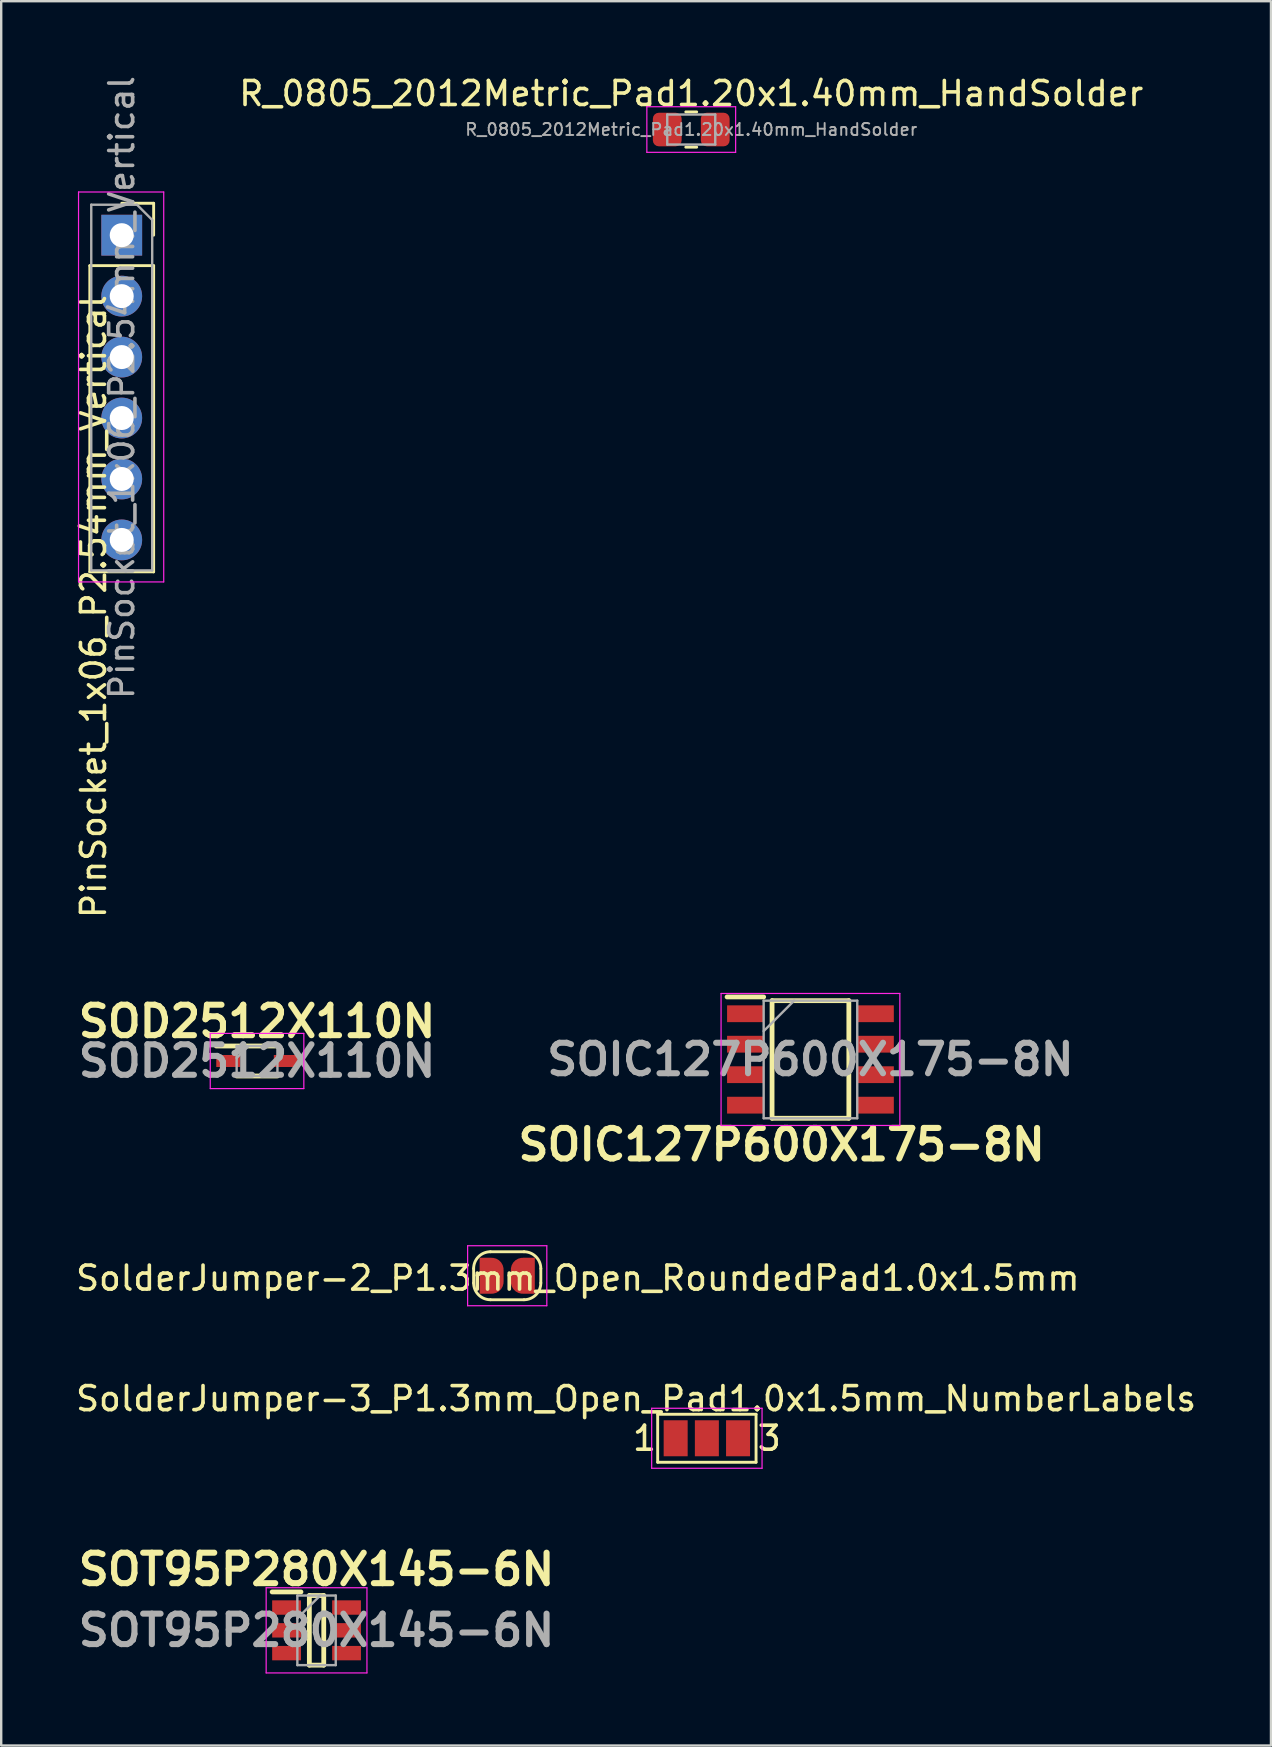
<source format=kicad_pcb>
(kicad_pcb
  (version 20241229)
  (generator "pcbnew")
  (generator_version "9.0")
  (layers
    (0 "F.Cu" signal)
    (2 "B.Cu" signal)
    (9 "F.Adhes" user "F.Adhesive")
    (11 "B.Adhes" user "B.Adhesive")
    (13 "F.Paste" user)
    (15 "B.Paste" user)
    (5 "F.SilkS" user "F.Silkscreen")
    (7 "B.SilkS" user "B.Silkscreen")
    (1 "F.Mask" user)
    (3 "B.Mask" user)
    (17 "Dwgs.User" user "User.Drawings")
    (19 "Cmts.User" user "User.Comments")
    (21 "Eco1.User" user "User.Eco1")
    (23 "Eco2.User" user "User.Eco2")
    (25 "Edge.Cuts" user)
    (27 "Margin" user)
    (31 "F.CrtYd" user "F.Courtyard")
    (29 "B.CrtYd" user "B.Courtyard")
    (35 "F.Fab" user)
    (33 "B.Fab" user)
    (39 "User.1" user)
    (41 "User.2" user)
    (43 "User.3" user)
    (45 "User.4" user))
  (footprint "PinSocket_1x06_P2.54mm_Vertical"
    (layer "F.Cu")
    (at 2.023 6.751)
    (property "Reference" "PinSocket_1x06_P2.54mm_Vertical" (at -1.175 15.475 90) (layer "F.SilkS") (effects (font (size 1 1) (thickness 0.15))))
    (attr through_hole)
    (fp_line (start -1.33 1.27) (end -1.33 14.03) (stroke (width 0.12) (type solid)) (layer "F.SilkS"))
    (fp_line (start -1.33 1.27) (end 1.33 1.27) (stroke (width 0.12) (type solid)) (layer "F.SilkS"))
    (fp_line (start -1.33 14.03) (end 1.33 14.03) (stroke (width 0.12) (type solid)) (layer "F.SilkS"))
    (fp_line (start 0 -1.33) (end 1.33 -1.33) (stroke (width 0.12) (type solid)) (layer "F.SilkS"))
    (fp_line (start 1.33 -1.33) (end 1.33 0) (stroke (width 0.12) (type solid)) (layer "F.SilkS"))
    (fp_line (start 1.33 1.27) (end 1.33 14.03) (stroke (width 0.12) (type solid)) (layer "F.SilkS"))
    (fp_line (start -1.8 -1.8) (end 1.75 -1.8) (stroke (width 0.05) (type solid)) (layer "F.CrtYd"))
    (fp_line (start -1.8 14.45) (end -1.8 -1.8) (stroke (width 0.05) (type solid)) (layer "F.CrtYd"))
    (fp_line (start 1.75 -1.8) (end 1.75 14.45) (stroke (width 0.05) (type solid)) (layer "F.CrtYd"))
    (fp_line (start 1.75 14.45) (end -1.8 14.45) (stroke (width 0.05) (type solid)) (layer "F.CrtYd"))
    (fp_line (start -1.27 -1.27) (end 0.635 -1.27) (stroke (width 0.1) (type solid)) (layer "F.Fab"))
    (fp_line (start -1.27 13.97) (end -1.27 -1.27) (stroke (width 0.1) (type solid)) (layer "F.Fab"))
    (fp_line (start 0.635 -1.27) (end 1.27 -0.635) (stroke (width 0.1) (type solid)) (layer "F.Fab"))
    (fp_line (start 1.27 -0.635) (end 1.27 13.97) (stroke (width 0.1) (type solid)) (layer "F.Fab"))
    (fp_line (start 1.27 13.97) (end -1.27 13.97) (stroke (width 0.1) (type solid)) (layer "F.Fab"))
    (fp_text user "${REFERENCE}" (at 0 6.35 270) (layer "F.Fab") (effects (font (size 1 1) (thickness 0.15))))
    (pad "1" thru_hole rect (at 0 0) (size 1.7 1.7) (drill 1) (layers "*.Cu" "*.Mask"))
    (pad "2" thru_hole oval (at 0 2.54) (size 1.7 1.7) (drill 1) (layers "*.Cu" "*.Mask"))
    (pad "3" thru_hole oval (at 0 5.08) (size 1.7 1.7) (drill 1) (layers "*.Cu" "*.Mask"))
    (pad "4" thru_hole oval (at 0 7.62) (size 1.7 1.7) (drill 1) (layers "*.Cu" "*.Mask"))
    (pad "5" thru_hole oval (at 0 10.16) (size 1.7 1.7) (drill 1) (layers "*.Cu" "*.Mask"))
    (pad "6" thru_hole oval (at 0 12.7) (size 1.7 1.7) (drill 1) (layers "*.Cu" "*.Mask")))
  (footprint "SOT95P280X145-6N"
    (layer "F.Cu")
    (at 10.142 64.893)
    (property "Reference" "SOT95P280X145-6N" (at 0 -2.54 0) (layer "F.SilkS") (effects (font (size 1.27 1.27) (thickness 0.254))))
    (attr smd)
    (fp_line (start -1.85 -1.6) (end -0.65 -1.6) (stroke (width 0.2) (type solid)) (layer "F.SilkS"))
    (fp_line (start -0.3 -1.45) (end 0.3 -1.45) (stroke (width 0.2) (type solid)) (layer "F.SilkS"))
    (fp_line (start -0.3 1.45) (end -0.3 -1.45) (stroke (width 0.2) (type solid)) (layer "F.SilkS"))
    (fp_line (start 0.3 -1.45) (end 0.3 1.45) (stroke (width 0.2) (type solid)) (layer "F.SilkS"))
    (fp_line (start 0.3 1.45) (end -0.3 1.45) (stroke (width 0.2) (type solid)) (layer "F.SilkS"))
    (fp_line (start -2.1 -1.775) (end 2.1 -1.775) (stroke (width 0.05) (type solid)) (layer "F.CrtYd"))
    (fp_line (start -2.1 1.775) (end -2.1 -1.775) (stroke (width 0.05) (type solid)) (layer "F.CrtYd"))
    (fp_line (start 2.1 -1.775) (end 2.1 1.775) (stroke (width 0.05) (type solid)) (layer "F.CrtYd"))
    (fp_line (start 2.1 1.775) (end -2.1 1.775) (stroke (width 0.05) (type solid)) (layer "F.CrtYd"))
    (fp_line (start -0.8 -1.45) (end 0.8 -1.45) (stroke (width 0.1) (type solid)) (layer "F.Fab"))
    (fp_line (start -0.8 -0.5) (end 0.15 -1.45) (stroke (width 0.1) (type solid)) (layer "F.Fab"))
    (fp_line (start -0.8 1.45) (end -0.8 -1.45) (stroke (width 0.1) (type solid)) (layer "F.Fab"))
    (fp_line (start 0.8 -1.45) (end 0.8 1.45) (stroke (width 0.1) (type solid)) (layer "F.Fab"))
    (fp_line (start 0.8 1.45) (end -0.8 1.45) (stroke (width 0.1) (type solid)) (layer "F.Fab"))
    (fp_text user "${REFERENCE}" (at 0 0 0) (layer "F.Fab") (effects (font (size 1.27 1.27) (thickness 0.254))))
    (pad "1" smd rect (at -1.25 -0.95 270) (size 0.6 1.2) (layers "F.Cu" "F.Mask" "F.Paste"))
    (pad "2" smd rect (at -1.25 0 270) (size 0.6 1.2) (layers "F.Cu" "F.Mask" "F.Paste"))
    (pad "3" smd rect (at -1.25 0.95 270) (size 0.6 1.2) (layers "F.Cu" "F.Mask" "F.Paste"))
    (pad "4" smd rect (at 1.25 0.95 270) (size 0.6 1.2) (layers "F.Cu" "F.Mask" "F.Paste"))
    (pad "5" smd rect (at 1.25 0 270) (size 0.6 1.2) (layers "F.Cu" "F.Mask" "F.Paste"))
    (pad "6" smd rect (at 1.25 -0.95 270) (size 0.6 1.2) (layers "F.Cu" "F.Mask" "F.Paste")))
  (footprint "SolderJumper-2_P1.3mm_Open_RoundedPad1.0x1.5mm"
    (layer "F.Cu")
    (at 18.088 50.116)
    (property "Reference" "SolderJumper-2_P1.3mm_Open_RoundedPad1.0x1.5mm" (at 2.942 0.1 0) (layer "F.SilkS") (effects (font (size 1 1) (thickness 0.15))))
    (attr exclude_from_pos_files)
    (fp_line (start -1.4 0.3) (end -1.4 -0.3) (stroke (width 0.12) (type solid)) (layer "F.SilkS"))
    (fp_line (start -0.7 -1) (end 0.7 -1) (stroke (width 0.12) (type solid)) (layer "F.SilkS"))
    (fp_line (start 0.7 1) (end -0.7 1) (stroke (width 0.12) (type solid)) (layer "F.SilkS"))
    (fp_line (start 1.4 -0.3) (end 1.4 0.3) (stroke (width 0.12) (type solid)) (layer "F.SilkS"))
    (fp_arc (start -1.4 -0.3) (mid -1.194975 -0.794975) (end -0.7 -1) (stroke (width 0.12) (type solid)) (layer "F.SilkS"))
    (fp_arc (start -0.7 1) (mid -1.194975 0.794975) (end -1.4 0.3) (stroke (width 0.12) (type solid)) (layer "F.SilkS"))
    (fp_arc (start 0.7 -1) (mid 1.194975 -0.794975) (end 1.4 -0.3) (stroke (width 0.12) (type solid)) (layer "F.SilkS"))
    (fp_arc (start 1.4 0.3) (mid 1.194975 0.794975) (end 0.7 1) (stroke (width 0.12) (type solid)) (layer "F.SilkS"))
    (fp_line (start -1.65 -1.25) (end -1.65 1.25) (stroke (width 0.05) (type solid)) (layer "F.CrtYd"))
    (fp_line (start -1.65 -1.25) (end 1.65 -1.25) (stroke (width 0.05) (type solid)) (layer "F.CrtYd"))
    (fp_line (start 1.65 1.25) (end -1.65 1.25) (stroke (width 0.05) (type solid)) (layer "F.CrtYd"))
    (fp_line (start 1.65 1.25) (end 1.65 -1.25) (stroke (width 0.05) (type solid)) (layer "F.CrtYd"))
    (pad "1" smd custom (at -0.65 0 180) (size 1 0.5) (layers "F.Cu" "F.Mask") (options (anchor rect)) (primitives (gr_circle (center 0 0.25) (end 0.5 0.25) (width 0) (fill yes)) (gr_circle (center 0 -0.25) (end 0.5 -0.25) (width 0) (fill yes)) (gr_poly (pts (xy 0.5 0.75) (xy 0 0.75) (xy 0 -0.75) (xy 0.5 -0.75)) (width 0) (fill yes))))
    (pad "2" smd custom (at 0.65 0 180) (size 1 0.5) (layers "F.Cu" "F.Mask") (options (anchor rect)) (primitives (gr_circle (center 0 0.25) (end 0.5 0.25) (width 0) (fill yes)) (gr_circle (center 0 -0.25) (end 0.5 -0.25) (width 0) (fill yes)) (gr_poly (pts (xy 0 0.75) (xy -0.5 0.75) (xy -0.5 -0.75) (xy 0 -0.75)) (width 0) (fill yes)))))
  (footprint "SOD2512X110N"
    (layer "F.Cu")
    (at 7.662 41.166)
    (property "Reference" "SOD2512X110N" (at 0 -1.65 0) (layer "F.SilkS") (effects (font (size 1.27 1.27) (thickness 0.254))))
    (attr smd)
    (fp_line (start -1.7 -0.625) (end 0.85 -0.625) (stroke (width 0.2) (type solid)) (layer "F.SilkS"))
    (fp_line (start -0.85 0.625) (end 0.85 0.625) (stroke (width 0.2) (type solid)) (layer "F.SilkS"))
    (fp_line (start -1.95 -1.15) (end 1.95 -1.15) (stroke (width 0.05) (type solid)) (layer "F.CrtYd"))
    (fp_line (start -1.95 1.15) (end -1.95 -1.15) (stroke (width 0.05) (type solid)) (layer "F.CrtYd"))
    (fp_line (start 1.95 -1.15) (end 1.95 1.15) (stroke (width 0.05) (type solid)) (layer "F.CrtYd"))
    (fp_line (start 1.95 1.15) (end -1.95 1.15) (stroke (width 0.05) (type solid)) (layer "F.CrtYd"))
    (fp_line (start -0.85 -0.625) (end 0.85 -0.625) (stroke (width 0.1) (type solid)) (layer "F.Fab"))
    (fp_line (start -0.85 -0.125) (end -0.35 -0.625) (stroke (width 0.1) (type solid)) (layer "F.Fab"))
    (fp_line (start -0.85 0.625) (end -0.85 -0.625) (stroke (width 0.1) (type solid)) (layer "F.Fab"))
    (fp_line (start 0.85 -0.625) (end 0.85 0.625) (stroke (width 0.1) (type solid)) (layer "F.Fab"))
    (fp_line (start 0.85 0.625) (end -0.85 0.625) (stroke (width 0.1) (type solid)) (layer "F.Fab"))
    (fp_text user "${REFERENCE}" (at 0 0 0) (layer "F.Fab") (effects (font (size 1.27 1.27) (thickness 0.254))))
    (pad "1" smd rect (at -1.2 0 270) (size 0.5 1) (layers "F.Cu" "F.Mask" "F.Paste"))
    (pad "2" smd rect (at 1.2 0 270) (size 0.5 1) (layers "F.Cu" "F.Mask" "F.Paste")))
  (footprint "R_0805_2012Metric_Pad1.20x1.40mm_HandSolder"
    (layer "F.Cu")
    (at 25.757 2.348)
    (property "Reference" "R_0805_2012Metric_Pad1.20x1.40mm_HandSolder" (at 0 -1.5 0) (layer "F.SilkS") (effects (font (size 1 1) (thickness 0.15))))
    (attr smd)
    (fp_line (start -0.227 -0.735) (end 0.227 -0.735) (stroke (width 0.12) (type solid)) (layer "F.SilkS"))
    (fp_line (start -0.227 0.735) (end 0.227 0.735) (stroke (width 0.12) (type solid)) (layer "F.SilkS"))
    (fp_line (start -1.85 -0.95) (end 1.85 -0.95) (stroke (width 0.05) (type solid)) (layer "F.CrtYd"))
    (fp_line (start -1.85 0.95) (end -1.85 -0.95) (stroke (width 0.05) (type solid)) (layer "F.CrtYd"))
    (fp_line (start 1.85 -0.95) (end 1.85 0.95) (stroke (width 0.05) (type solid)) (layer "F.CrtYd"))
    (fp_line (start 1.85 0.95) (end -1.85 0.95) (stroke (width 0.05) (type solid)) (layer "F.CrtYd"))
    (fp_line (start -1 -0.625) (end 1 -0.625) (stroke (width 0.1) (type solid)) (layer "F.Fab"))
    (fp_line (start -1 0.625) (end -1 -0.625) (stroke (width 0.1) (type solid)) (layer "F.Fab"))
    (fp_line (start 1 -0.625) (end 1 0.625) (stroke (width 0.1) (type solid)) (layer "F.Fab"))
    (fp_line (start 1 0.625) (end -1 0.625) (stroke (width 0.1) (type solid)) (layer "F.Fab"))
    (fp_text user "${REFERENCE}" (at 0 0 0) (layer "F.Fab") (effects (font (size 0.5 0.5) (thickness 0.08))))
    (pad "1" smd roundrect (at -1 0 180) (size 1.2 1.4) (layers "F.Cu" "F.Mask" "F.Paste") (roundrect_rratio 0.208))
    (pad "2" smd roundrect (at 1 0 180) (size 1.2 1.4) (layers "F.Cu" "F.Mask" "F.Paste") (roundrect_rratio 0.208)))
  (footprint "SolderJumper-3_P1.3mm_Open_Pad1.0x1.5mm_NumberLabels"
    (layer "F.Cu")
    (at 26.408 56.889)
    (property "Reference" "SolderJumper-3_P1.3mm_Open_Pad1.0x1.5mm_NumberLabels" (at -2.95 -1.65 0) (layer "F.SilkS") (effects (font (size 1 1) (thickness 0.15))))
    (attr exclude_from_pos_files)
    (fp_line (start -2.05 -1) (end 2.05 -1) (stroke (width 0.12) (type solid)) (layer "F.SilkS"))
    (fp_line (start -2.05 1) (end -2.05 -1) (stroke (width 0.12) (type solid)) (layer "F.SilkS"))
    (fp_line (start 2.05 -1) (end 2.05 1) (stroke (width 0.12) (type solid)) (layer "F.SilkS"))
    (fp_line (start 2.05 1) (end -2.05 1) (stroke (width 0.12) (type solid)) (layer "F.SilkS"))
    (fp_line (start -2.3 -1.25) (end -2.3 1.25) (stroke (width 0.05) (type solid)) (layer "F.CrtYd"))
    (fp_line (start -2.3 -1.25) (end 2.3 -1.25) (stroke (width 0.05) (type solid)) (layer "F.CrtYd"))
    (fp_line (start 2.3 1.25) (end -2.3 1.25) (stroke (width 0.05) (type solid)) (layer "F.CrtYd"))
    (fp_line (start 2.3 1.25) (end 2.3 -1.25) (stroke (width 0.05) (type solid)) (layer "F.CrtYd"))
    (fp_text user "1" (at -2.6 0 0) (layer "F.SilkS") (effects (font (size 1 1) (thickness 0.15))))
    (fp_text user "3" (at 2.6 0 0) (layer "F.SilkS") (effects (font (size 1 1) (thickness 0.15))))
    (pad "1" smd rect (at -1.3 0 180) (size 1 1.5) (layers "F.Cu" "F.Mask"))
    (pad "2" smd rect (at 0 0 180) (size 1 1.5) (layers "F.Cu" "F.Mask"))
    (pad "3" smd rect (at 1.3 0 180) (size 1 1.5) (layers "F.Cu" "F.Mask")))
  (footprint "SOIC127P600X175-8N"
    (layer "F.Cu")
    (at 30.725 41.102)
    (property "Reference" "SOIC127P600X175-8N" (at -1.2 3.55 0) (layer "F.SilkS") (effects (font (size 1.27 1.27) (thickness 0.254))))
    (attr smd)
    (fp_line (start -3.475 -2.605) (end -1.95 -2.605) (stroke (width 0.2) (type solid)) (layer "F.SilkS"))
    (fp_line (start -1.6 -2.45) (end 1.6 -2.45) (stroke (width 0.2) (type solid)) (layer "F.SilkS"))
    (fp_line (start -1.6 2.45) (end -1.6 -2.45) (stroke (width 0.2) (type solid)) (layer "F.SilkS"))
    (fp_line (start 1.6 -2.45) (end 1.6 2.45) (stroke (width 0.2) (type solid)) (layer "F.SilkS"))
    (fp_line (start 1.6 2.45) (end -1.6 2.45) (stroke (width 0.2) (type solid)) (layer "F.SilkS"))
    (fp_line (start -3.725 -2.75) (end 3.725 -2.75) (stroke (width 0.05) (type solid)) (layer "F.CrtYd"))
    (fp_line (start -3.725 2.75) (end -3.725 -2.75) (stroke (width 0.05) (type solid)) (layer "F.CrtYd"))
    (fp_line (start 3.725 -2.75) (end 3.725 2.75) (stroke (width 0.05) (type solid)) (layer "F.CrtYd"))
    (fp_line (start 3.725 2.75) (end -3.725 2.75) (stroke (width 0.05) (type solid)) (layer "F.CrtYd"))
    (fp_line (start -1.95 -2.45) (end 1.95 -2.45) (stroke (width 0.1) (type solid)) (layer "F.Fab"))
    (fp_line (start -1.95 -1.18) (end -0.68 -2.45) (stroke (width 0.1) (type solid)) (layer "F.Fab"))
    (fp_line (start -1.95 2.45) (end -1.95 -2.45) (stroke (width 0.1) (type solid)) (layer "F.Fab"))
    (fp_line (start 1.95 -2.45) (end 1.95 2.45) (stroke (width 0.1) (type solid)) (layer "F.Fab"))
    (fp_line (start 1.95 2.45) (end -1.95 2.45) (stroke (width 0.1) (type solid)) (layer "F.Fab"))
    (fp_text user "${REFERENCE}" (at 0 0 0) (layer "F.Fab") (effects (font (size 1.27 1.27) (thickness 0.254))))
    (pad "1" smd rect (at -2.712 -1.905 270) (size 0.7 1.525) (layers "F.Cu" "F.Mask" "F.Paste"))
    (pad "2" smd rect (at -2.712 -0.635 270) (size 0.7 1.525) (layers "F.Cu" "F.Mask" "F.Paste"))
    (pad "3" smd rect (at -2.712 0.635 270) (size 0.7 1.525) (layers "F.Cu" "F.Mask" "F.Paste"))
    (pad "4" smd rect (at -2.712 1.905 270) (size 0.7 1.525) (layers "F.Cu" "F.Mask" "F.Paste"))
    (pad "5" smd rect (at 2.712 1.905 270) (size 0.7 1.525) (layers "F.Cu" "F.Mask" "F.Paste"))
    (pad "6" smd rect (at 2.712 0.635 270) (size 0.7 1.525) (layers "F.Cu" "F.Mask" "F.Paste"))
    (pad "7" smd rect (at 2.712 -0.635 270) (size 0.7 1.525) (layers "F.Cu" "F.Mask" "F.Paste"))
    (pad "8" smd rect (at 2.712 -1.905 270) (size 0.7 1.525) (layers "F.Cu" "F.Mask" "F.Paste")))
  (gr_rect
    (start -3 -3)
    (end 49.917 69.693)
    (stroke (width 0.1) (type default))
    (fill no)
    (layer "Edge.Cuts")))
</source>
